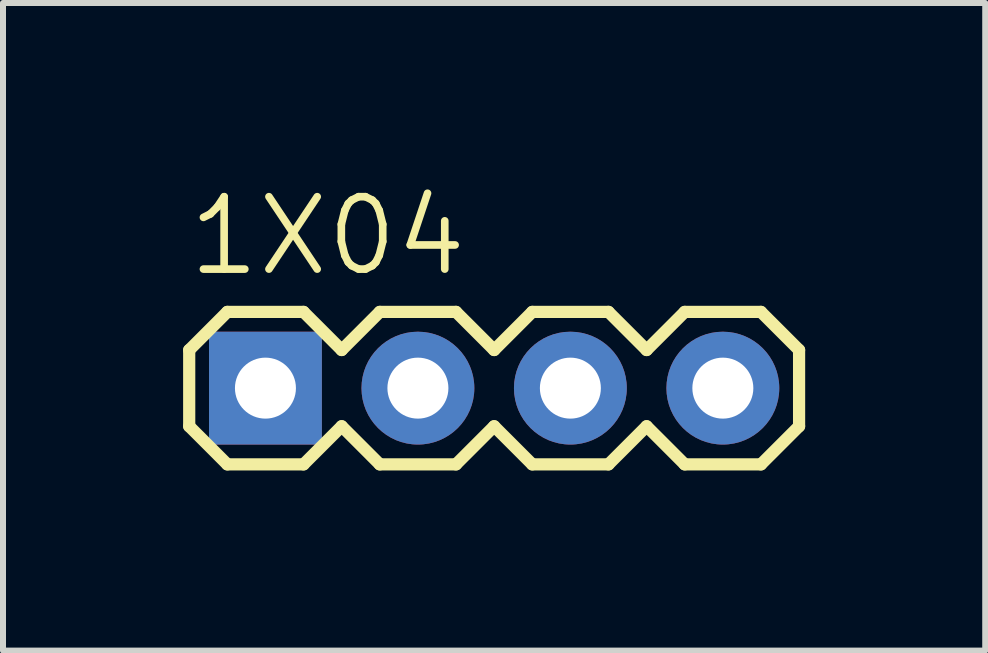
<source format=kicad_pcb>
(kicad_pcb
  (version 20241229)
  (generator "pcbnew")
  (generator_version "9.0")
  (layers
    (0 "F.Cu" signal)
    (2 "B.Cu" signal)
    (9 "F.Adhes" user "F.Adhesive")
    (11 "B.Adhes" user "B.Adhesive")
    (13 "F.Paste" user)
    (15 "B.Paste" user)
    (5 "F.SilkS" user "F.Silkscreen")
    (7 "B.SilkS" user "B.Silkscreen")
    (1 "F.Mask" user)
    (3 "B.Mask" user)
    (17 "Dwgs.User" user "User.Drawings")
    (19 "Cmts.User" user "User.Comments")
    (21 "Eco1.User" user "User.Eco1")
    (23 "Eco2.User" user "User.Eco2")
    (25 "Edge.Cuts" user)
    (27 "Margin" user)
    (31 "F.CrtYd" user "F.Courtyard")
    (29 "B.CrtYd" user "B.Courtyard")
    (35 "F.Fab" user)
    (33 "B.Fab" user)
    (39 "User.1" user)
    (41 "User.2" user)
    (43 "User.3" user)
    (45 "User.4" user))
  (footprint "1X04"
    (layer "F.Cu")
    (at 1.372 3.416)
    (property "Reference" "1X04" (at -1.346 -1.829 0) (layer "F.SilkS") (effects (font (size 1.206 1.206) (thickness 0.127)) (justify left bottom)))
    (attr through_hole)
    (fp_line (start -1.27 -0.635) (end -1.27 0.635) (stroke (width 0.203) (type solid)) (layer "F.SilkS"))
    (fp_line (start -1.27 0.635) (end -0.635 1.27) (stroke (width 0.203) (type solid)) (layer "F.SilkS"))
    (fp_line (start -0.635 -1.27) (end -1.27 -0.635) (stroke (width 0.203) (type solid)) (layer "F.SilkS"))
    (fp_line (start -0.635 -1.27) (end 0.635 -1.27) (stroke (width 0.203) (type solid)) (layer "F.SilkS"))
    (fp_line (start 0.635 -1.27) (end 1.27 -0.635) (stroke (width 0.203) (type solid)) (layer "F.SilkS"))
    (fp_line (start 0.635 1.27) (end -0.635 1.27) (stroke (width 0.203) (type solid)) (layer "F.SilkS"))
    (fp_line (start 1.27 -0.635) (end 1.905 -1.27) (stroke (width 0.203) (type solid)) (layer "F.SilkS"))
    (fp_line (start 1.27 0.635) (end 0.635 1.27) (stroke (width 0.203) (type solid)) (layer "F.SilkS"))
    (fp_line (start 1.905 -1.27) (end 3.175 -1.27) (stroke (width 0.203) (type solid)) (layer "F.SilkS"))
    (fp_line (start 1.905 1.27) (end 1.27 0.635) (stroke (width 0.203) (type solid)) (layer "F.SilkS"))
    (fp_line (start 3.175 -1.27) (end 3.81 -0.635) (stroke (width 0.203) (type solid)) (layer "F.SilkS"))
    (fp_line (start 3.175 1.27) (end 1.905 1.27) (stroke (width 0.203) (type solid)) (layer "F.SilkS"))
    (fp_line (start 3.81 -0.635) (end 4.445 -1.27) (stroke (width 0.203) (type solid)) (layer "F.SilkS"))
    (fp_line (start 3.81 0.635) (end 3.175 1.27) (stroke (width 0.203) (type solid)) (layer "F.SilkS"))
    (fp_line (start 4.445 -1.27) (end 5.715 -1.27) (stroke (width 0.203) (type solid)) (layer "F.SilkS"))
    (fp_line (start 4.445 1.27) (end 3.81 0.635) (stroke (width 0.203) (type solid)) (layer "F.SilkS"))
    (fp_line (start 5.715 -1.27) (end 6.35 -0.635) (stroke (width 0.203) (type solid)) (layer "F.SilkS"))
    (fp_line (start 5.715 1.27) (end 4.445 1.27) (stroke (width 0.203) (type solid)) (layer "F.SilkS"))
    (fp_line (start 6.35 0.635) (end 5.715 1.27) (stroke (width 0.203) (type solid)) (layer "F.SilkS"))
    (fp_line (start 6.35 0.635) (end 6.985 1.27) (stroke (width 0.203) (type solid)) (layer "F.SilkS"))
    (fp_line (start 6.985 -1.27) (end 6.35 -0.635) (stroke (width 0.203) (type solid)) (layer "F.SilkS"))
    (fp_line (start 6.985 -1.27) (end 8.255 -1.27) (stroke (width 0.203) (type solid)) (layer "F.SilkS"))
    (fp_line (start 8.255 -1.27) (end 8.89 -0.635) (stroke (width 0.203) (type solid)) (layer "F.SilkS"))
    (fp_line (start 8.255 1.27) (end 6.985 1.27) (stroke (width 0.203) (type solid)) (layer "F.SilkS"))
    (fp_line (start 8.89 -0.635) (end 8.89 0.635) (stroke (width 0.203) (type solid)) (layer "F.SilkS"))
    (fp_line (start 8.89 0.635) (end 8.255 1.27) (stroke (width 0.203) (type solid)) (layer "F.SilkS"))
    (fp_poly (pts (xy -0.254 0.254) (xy 0.254 0.254) (xy 0.254 -0.254) (xy -0.254 -0.254)) (stroke (width 0.1) (type solid)) (fill no) (layer "F.Fab"))
    (fp_poly (pts (xy 2.286 0.254) (xy 2.794 0.254) (xy 2.794 -0.254) (xy 2.286 -0.254)) (stroke (width 0.1) (type solid)) (fill no) (layer "F.Fab"))
    (fp_poly (pts (xy 4.826 0.254) (xy 5.334 0.254) (xy 5.334 -0.254) (xy 4.826 -0.254)) (stroke (width 0.1) (type solid)) (fill no) (layer "F.Fab"))
    (fp_poly (pts (xy 7.366 0.254) (xy 7.874 0.254) (xy 7.874 -0.254) (xy 7.366 -0.254)) (stroke (width 0.1) (type solid)) (fill no) (layer "F.Fab"))
    (pad "1" thru_hole rect (at 0 0 90) (size 1.88 1.88) (drill 1.016) (layers "*.Cu" "*.Mask"))
    (pad "2" thru_hole circle (at 2.54 0 90) (size 1.88 1.88) (drill 1.016) (layers "*.Cu" "*.Mask"))
    (pad "3" thru_hole circle (at 5.08 0 90) (size 1.88 1.88) (drill 1.016) (layers "*.Cu" "*.Mask"))
    (pad "4" thru_hole circle (at 7.62 0 90) (size 1.88 1.88) (drill 1.016) (layers "*.Cu" "*.Mask")))
  (gr_rect
    (start -3 -3)
    (end 13.363 7.788)
    (stroke (width 0.1) (type default))
    (fill no)
    (layer "Edge.Cuts")))
</source>
